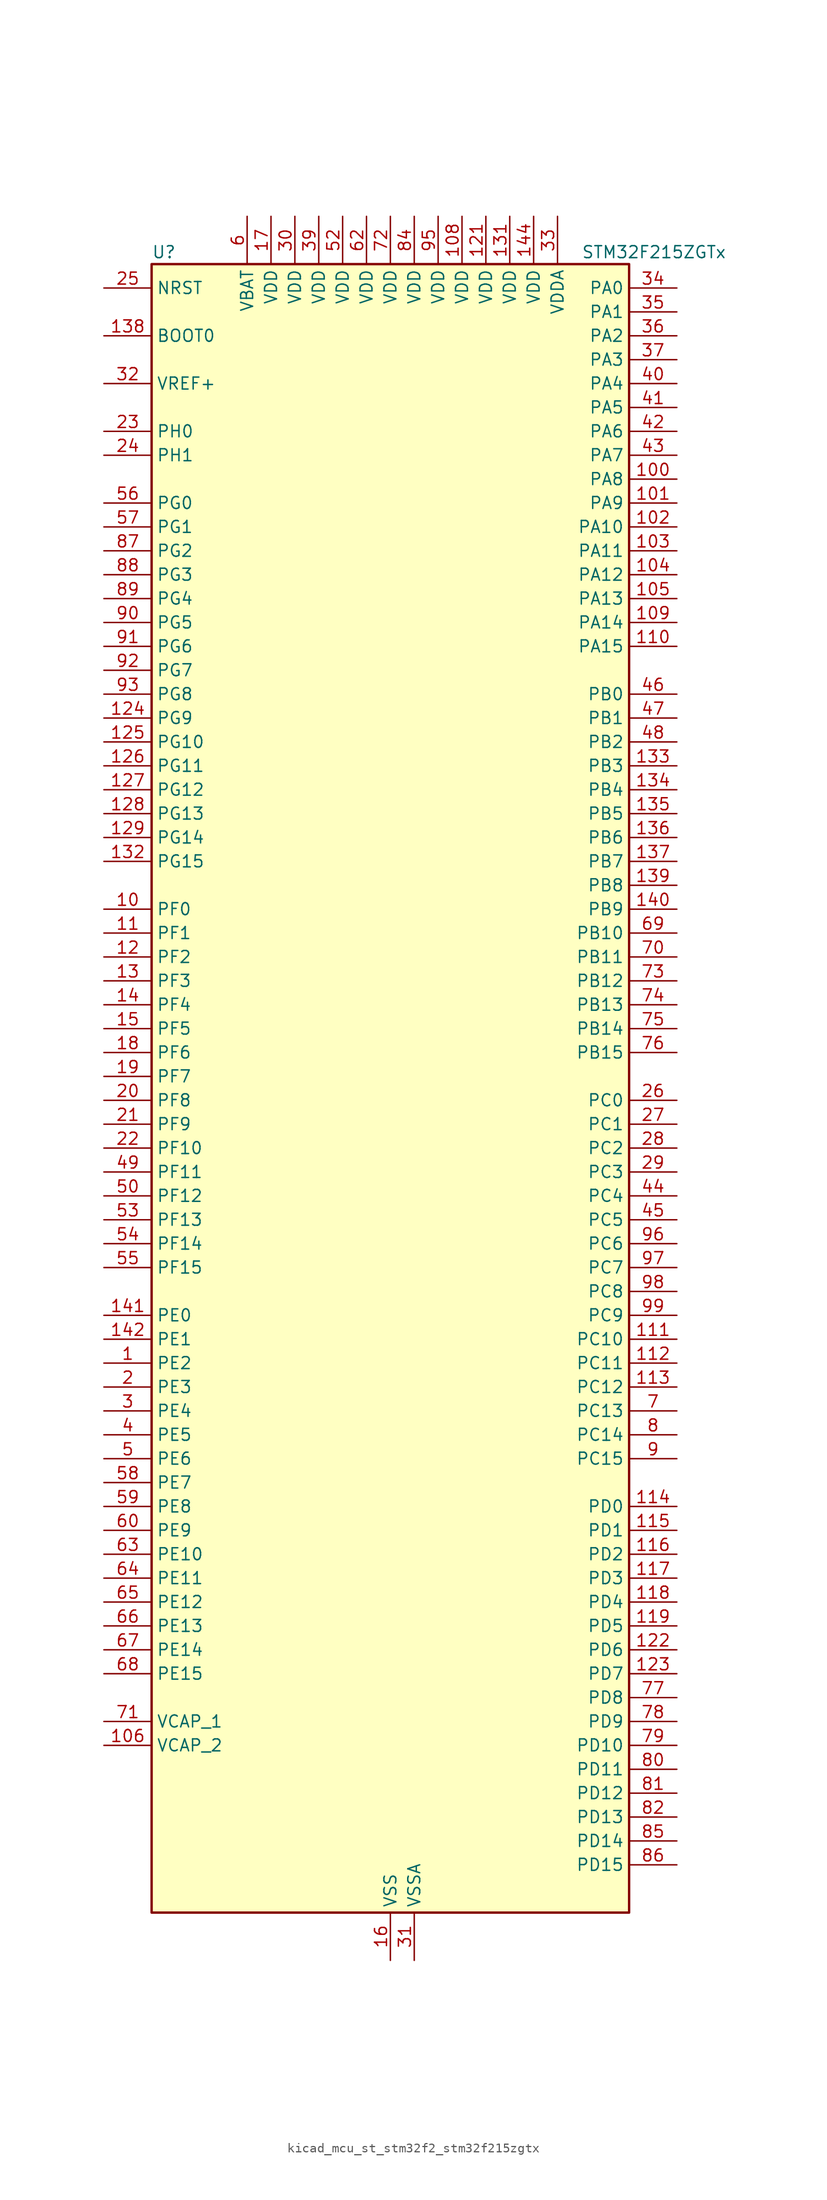
<source format=kicad_sym>
(kicad_symbol_lib
  (version 20220914)
  (generator kicad_symbol_editor)
  (symbol "kicad_mcu_st_stm32f2_stm32f215zgtx"
    (property "Reference" "U"
      (at -25.4 90.17 0)
      (effects (font (size 1.27 1.27)) (justify left)))
    (property "Value" "STM32F215ZGTx"
      (at 20.32 90.17 0)
      (effects (font (size 1.27 1.27)) (justify left)))
    (property "ki_locked" ""
      (at 0 0 0)
      (effects (font (size 1.27 1.27))))
    (symbol "kicad_mcu_st_stm32f2_stm32f215zgtx_0_1"
      (rectangle (start -25.4 -86.36) (end 25.4 88.9) (stroke (width 0.254) (type default)) (fill (type background))))
    (symbol "kicad_mcu_st_stm32f2_stm32f215zgtx_1_1"
      (pin bidirectional line (at -30.48 -27.94 0) (length 5.08) (name "PE2" (effects (font (size 1.27 1.27)))) (number "1" (effects (font (size 1.27 1.27)))) (alternate "FSMC_A23" bidirectional line) (alternate "SYS_TRACECLK" bidirectional line))
      (pin bidirectional line (at -30.48 20.32 0) (length 5.08) (name "PF0" (effects (font (size 1.27 1.27)))) (number "10" (effects (font (size 1.27 1.27)))) (alternate "FSMC_A0" bidirectional line) (alternate "I2C2_SDA" bidirectional line))
      (pin bidirectional line (at 30.48 66.04 180) (length 5.08) (name "PA8" (effects (font (size 1.27 1.27)))) (number "100" (effects (font (size 1.27 1.27)))) (alternate "I2C3_SCL" bidirectional line) (alternate "RCC_MCO_1" bidirectional line) (alternate "TIM1_CH1" bidirectional line) (alternate "USART1_CK" bidirectional line) (alternate "USB_OTG_FS_SOF" bidirectional line))
      (pin bidirectional line (at 30.48 63.5 180) (length 5.08) (name "PA9" (effects (font (size 1.27 1.27)))) (number "101" (effects (font (size 1.27 1.27)))) (alternate "DAC_EXTI9" bidirectional line) (alternate "I2C3_SMBA" bidirectional line) (alternate "TIM1_CH2" bidirectional line) (alternate "USART1_TX" bidirectional line) (alternate "USB_OTG_FS_VBUS" bidirectional line))
      (pin bidirectional line (at 30.48 60.96 180) (length 5.08) (name "PA10" (effects (font (size 1.27 1.27)))) (number "102" (effects (font (size 1.27 1.27)))) (alternate "TIM1_CH3" bidirectional line) (alternate "USART1_RX" bidirectional line) (alternate "USB_OTG_FS_ID" bidirectional line))
      (pin bidirectional line (at 30.48 58.42 180) (length 5.08) (name "PA11" (effects (font (size 1.27 1.27)))) (number "103" (effects (font (size 1.27 1.27)))) (alternate "ADC1_EXTI11" bidirectional line) (alternate "ADC2_EXTI11" bidirectional line) (alternate "ADC3_EXTI11" bidirectional line) (alternate "CAN1_RX" bidirectional line) (alternate "TIM1_CH4" bidirectional line) (alternate "USART1_CTS" bidirectional line) (alternate "USB_OTG_FS_DM" bidirectional line))
      (pin bidirectional line (at 30.48 55.88 180) (length 5.08) (name "PA12" (effects (font (size 1.27 1.27)))) (number "104" (effects (font (size 1.27 1.27)))) (alternate "CAN1_TX" bidirectional line) (alternate "TIM1_ETR" bidirectional line) (alternate "USART1_RTS" bidirectional line) (alternate "USB_OTG_FS_DP" bidirectional line))
      (pin bidirectional line (at 30.48 53.34 180) (length 5.08) (name "PA13" (effects (font (size 1.27 1.27)))) (number "105" (effects (font (size 1.27 1.27)))) (alternate "SYS_JTMS-SWDIO" bidirectional line))
      (pin power_out line (at -30.48 -68.58 0) (length 5.08) (name "VCAP_2" (effects (font (size 1.27 1.27)))) (number "106" (effects (font (size 1.27 1.27)))))
      (pin passive line (at 0 -91.44 90) (length 5.08) hide (name "VSS" (effects (font (size 1.27 1.27)))) (number "107" (effects (font (size 1.27 1.27)))))
      (pin power_in line (at 7.62 93.98 270) (length 5.08) (name "VDD" (effects (font (size 1.27 1.27)))) (number "108" (effects (font (size 1.27 1.27)))))
      (pin bidirectional line (at 30.48 50.8 180) (length 5.08) (name "PA14" (effects (font (size 1.27 1.27)))) (number "109" (effects (font (size 1.27 1.27)))) (alternate "SYS_JTCK-SWCLK" bidirectional line))
      (pin bidirectional line (at -30.48 17.78 0) (length 5.08) (name "PF1" (effects (font (size 1.27 1.27)))) (number "11" (effects (font (size 1.27 1.27)))) (alternate "FSMC_A1" bidirectional line) (alternate "I2C2_SCL" bidirectional line))
      (pin bidirectional line (at 30.48 48.26 180) (length 5.08) (name "PA15" (effects (font (size 1.27 1.27)))) (number "110" (effects (font (size 1.27 1.27)))) (alternate "ADC1_EXTI15" bidirectional line) (alternate "ADC2_EXTI15" bidirectional line) (alternate "ADC3_EXTI15" bidirectional line) (alternate "I2S3_WS" bidirectional line) (alternate "SPI1_NSS" bidirectional line) (alternate "SPI3_NSS" bidirectional line) (alternate "SYS_JTDI" bidirectional line) (alternate "TIM2_CH1" bidirectional line) (alternate "TIM2_ETR" bidirectional line))
      (pin bidirectional line (at 30.48 -25.4 180) (length 5.08) (name "PC10" (effects (font (size 1.27 1.27)))) (number "111" (effects (font (size 1.27 1.27)))) (alternate "I2S3_SCK" bidirectional line) (alternate "SDIO_D2" bidirectional line) (alternate "SPI3_SCK" bidirectional line) (alternate "UART4_TX" bidirectional line) (alternate "USART3_TX" bidirectional line))
      (pin bidirectional line (at 30.48 -27.94 180) (length 5.08) (name "PC11" (effects (font (size 1.27 1.27)))) (number "112" (effects (font (size 1.27 1.27)))) (alternate "ADC1_EXTI11" bidirectional line) (alternate "ADC2_EXTI11" bidirectional line) (alternate "ADC3_EXTI11" bidirectional line) (alternate "SDIO_D3" bidirectional line) (alternate "SPI3_MISO" bidirectional line) (alternate "UART4_RX" bidirectional line) (alternate "USART3_RX" bidirectional line))
      (pin bidirectional line (at 30.48 -30.48 180) (length 5.08) (name "PC12" (effects (font (size 1.27 1.27)))) (number "113" (effects (font (size 1.27 1.27)))) (alternate "I2S3_SD" bidirectional line) (alternate "SDIO_CK" bidirectional line) (alternate "SPI3_MOSI" bidirectional line) (alternate "UART5_TX" bidirectional line) (alternate "USART3_CK" bidirectional line))
      (pin bidirectional line (at 30.48 -43.18 180) (length 5.08) (name "PD0" (effects (font (size 1.27 1.27)))) (number "114" (effects (font (size 1.27 1.27)))) (alternate "CAN1_RX" bidirectional line) (alternate "FSMC_D2" bidirectional line) (alternate "FSMC_DA2" bidirectional line))
      (pin bidirectional line (at 30.48 -45.72 180) (length 5.08) (name "PD1" (effects (font (size 1.27 1.27)))) (number "115" (effects (font (size 1.27 1.27)))) (alternate "CAN1_TX" bidirectional line) (alternate "FSMC_D3" bidirectional line) (alternate "FSMC_DA3" bidirectional line))
      (pin bidirectional line (at 30.48 -48.26 180) (length 5.08) (name "PD2" (effects (font (size 1.27 1.27)))) (number "116" (effects (font (size 1.27 1.27)))) (alternate "SDIO_CMD" bidirectional line) (alternate "TIM3_ETR" bidirectional line) (alternate "UART5_RX" bidirectional line))
      (pin bidirectional line (at 30.48 -50.8 180) (length 5.08) (name "PD3" (effects (font (size 1.27 1.27)))) (number "117" (effects (font (size 1.27 1.27)))) (alternate "FSMC_CLK" bidirectional line) (alternate "USART2_CTS" bidirectional line))
      (pin bidirectional line (at 30.48 -53.34 180) (length 5.08) (name "PD4" (effects (font (size 1.27 1.27)))) (number "118" (effects (font (size 1.27 1.27)))) (alternate "FSMC_NOE" bidirectional line) (alternate "USART2_RTS" bidirectional line))
      (pin bidirectional line (at 30.48 -55.88 180) (length 5.08) (name "PD5" (effects (font (size 1.27 1.27)))) (number "119" (effects (font (size 1.27 1.27)))) (alternate "FSMC_NWE" bidirectional line) (alternate "USART2_TX" bidirectional line))
      (pin bidirectional line (at -30.48 15.24 0) (length 5.08) (name "PF2" (effects (font (size 1.27 1.27)))) (number "12" (effects (font (size 1.27 1.27)))) (alternate "FSMC_A2" bidirectional line) (alternate "I2C2_SMBA" bidirectional line))
      (pin passive line (at 0 -91.44 90) (length 5.08) hide (name "VSS" (effects (font (size 1.27 1.27)))) (number "120" (effects (font (size 1.27 1.27)))))
      (pin power_in line (at 10.16 93.98 270) (length 5.08) (name "VDD" (effects (font (size 1.27 1.27)))) (number "121" (effects (font (size 1.27 1.27)))))
      (pin bidirectional line (at 30.48 -58.42 180) (length 5.08) (name "PD6" (effects (font (size 1.27 1.27)))) (number "122" (effects (font (size 1.27 1.27)))) (alternate "FSMC_NWAIT" bidirectional line) (alternate "USART2_RX" bidirectional line))
      (pin bidirectional line (at 30.48 -60.96 180) (length 5.08) (name "PD7" (effects (font (size 1.27 1.27)))) (number "123" (effects (font (size 1.27 1.27)))) (alternate "FSMC_NCE2" bidirectional line) (alternate "FSMC_NE1" bidirectional line) (alternate "USART2_CK" bidirectional line))
      (pin bidirectional line (at -30.48 40.64 0) (length 5.08) (name "PG9" (effects (font (size 1.27 1.27)))) (number "124" (effects (font (size 1.27 1.27)))) (alternate "DAC_EXTI9" bidirectional line) (alternate "FSMC_NCE3" bidirectional line) (alternate "FSMC_NE2" bidirectional line) (alternate "USART6_RX" bidirectional line))
      (pin bidirectional line (at -30.48 38.1 0) (length 5.08) (name "PG10" (effects (font (size 1.27 1.27)))) (number "125" (effects (font (size 1.27 1.27)))) (alternate "FSMC_NCE4_1" bidirectional line) (alternate "FSMC_NE3" bidirectional line))
      (pin bidirectional line (at -30.48 35.56 0) (length 5.08) (name "PG11" (effects (font (size 1.27 1.27)))) (number "126" (effects (font (size 1.27 1.27)))) (alternate "ADC1_EXTI11" bidirectional line) (alternate "ADC2_EXTI11" bidirectional line) (alternate "ADC3_EXTI11" bidirectional line) (alternate "FSMC_NCE4_2" bidirectional line))
      (pin bidirectional line (at -30.48 33.02 0) (length 5.08) (name "PG12" (effects (font (size 1.27 1.27)))) (number "127" (effects (font (size 1.27 1.27)))) (alternate "FSMC_NE4" bidirectional line) (alternate "USART6_RTS" bidirectional line))
      (pin bidirectional line (at -30.48 30.48 0) (length 5.08) (name "PG13" (effects (font (size 1.27 1.27)))) (number "128" (effects (font (size 1.27 1.27)))) (alternate "FSMC_A24" bidirectional line) (alternate "USART6_CTS" bidirectional line))
      (pin bidirectional line (at -30.48 27.94 0) (length 5.08) (name "PG14" (effects (font (size 1.27 1.27)))) (number "129" (effects (font (size 1.27 1.27)))) (alternate "FSMC_A25" bidirectional line) (alternate "USART6_TX" bidirectional line))
      (pin bidirectional line (at -30.48 12.7 0) (length 5.08) (name "PF3" (effects (font (size 1.27 1.27)))) (number "13" (effects (font (size 1.27 1.27)))) (alternate "ADC3_IN9" bidirectional line) (alternate "FSMC_A3" bidirectional line))
      (pin passive line (at 0 -91.44 90) (length 5.08) hide (name "VSS" (effects (font (size 1.27 1.27)))) (number "130" (effects (font (size 1.27 1.27)))))
      (pin power_in line (at 12.7 93.98 270) (length 5.08) (name "VDD" (effects (font (size 1.27 1.27)))) (number "131" (effects (font (size 1.27 1.27)))))
      (pin bidirectional line (at -30.48 25.4 0) (length 5.08) (name "PG15" (effects (font (size 1.27 1.27)))) (number "132" (effects (font (size 1.27 1.27)))) (alternate "ADC1_EXTI15" bidirectional line) (alternate "ADC2_EXTI15" bidirectional line) (alternate "ADC3_EXTI15" bidirectional line) (alternate "USART6_CTS" bidirectional line))
      (pin bidirectional line (at 30.48 35.56 180) (length 5.08) (name "PB3" (effects (font (size 1.27 1.27)))) (number "133" (effects (font (size 1.27 1.27)))) (alternate "I2S3_SCK" bidirectional line) (alternate "SPI1_SCK" bidirectional line) (alternate "SPI3_SCK" bidirectional line) (alternate "SYS_JTDO-SWO" bidirectional line) (alternate "TIM2_CH2" bidirectional line))
      (pin bidirectional line (at 30.48 33.02 180) (length 5.08) (name "PB4" (effects (font (size 1.27 1.27)))) (number "134" (effects (font (size 1.27 1.27)))) (alternate "SPI1_MISO" bidirectional line) (alternate "SPI3_MISO" bidirectional line) (alternate "SYS_JTRST" bidirectional line) (alternate "TIM3_CH1" bidirectional line))
      (pin bidirectional line (at 30.48 30.48 180) (length 5.08) (name "PB5" (effects (font (size 1.27 1.27)))) (number "135" (effects (font (size 1.27 1.27)))) (alternate "CAN2_RX" bidirectional line) (alternate "I2C1_SMBA" bidirectional line) (alternate "I2S3_SD" bidirectional line) (alternate "SPI1_MOSI" bidirectional line) (alternate "SPI3_MOSI" bidirectional line) (alternate "TIM3_CH2" bidirectional line) (alternate "USB_OTG_HS_ULPI_D7" bidirectional line))
      (pin bidirectional line (at 30.48 27.94 180) (length 5.08) (name "PB6" (effects (font (size 1.27 1.27)))) (number "136" (effects (font (size 1.27 1.27)))) (alternate "CAN2_TX" bidirectional line) (alternate "I2C1_SCL" bidirectional line) (alternate "TIM4_CH1" bidirectional line) (alternate "USART1_TX" bidirectional line))
      (pin bidirectional line (at 30.48 25.4 180) (length 5.08) (name "PB7" (effects (font (size 1.27 1.27)))) (number "137" (effects (font (size 1.27 1.27)))) (alternate "FSMC_NL" bidirectional line) (alternate "I2C1_SDA" bidirectional line) (alternate "TIM4_CH2" bidirectional line) (alternate "USART1_RX" bidirectional line))
      (pin input line (at -30.48 81.28 0) (length 5.08) (name "BOOT0" (effects (font (size 1.27 1.27)))) (number "138" (effects (font (size 1.27 1.27)))))
      (pin bidirectional line (at 30.48 22.86 180) (length 5.08) (name "PB8" (effects (font (size 1.27 1.27)))) (number "139" (effects (font (size 1.27 1.27)))) (alternate "CAN1_RX" bidirectional line) (alternate "I2C1_SCL" bidirectional line) (alternate "SDIO_D4" bidirectional line) (alternate "TIM10_CH1" bidirectional line) (alternate "TIM4_CH3" bidirectional line))
      (pin bidirectional line (at -30.48 10.16 0) (length 5.08) (name "PF4" (effects (font (size 1.27 1.27)))) (number "14" (effects (font (size 1.27 1.27)))) (alternate "ADC3_IN14" bidirectional line) (alternate "FSMC_A4" bidirectional line))
      (pin bidirectional line (at 30.48 20.32 180) (length 5.08) (name "PB9" (effects (font (size 1.27 1.27)))) (number "140" (effects (font (size 1.27 1.27)))) (alternate "CAN1_TX" bidirectional line) (alternate "DAC_EXTI9" bidirectional line) (alternate "I2C1_SDA" bidirectional line) (alternate "I2S2_WS" bidirectional line) (alternate "SDIO_D5" bidirectional line) (alternate "SPI2_NSS" bidirectional line) (alternate "TIM11_CH1" bidirectional line) (alternate "TIM4_CH4" bidirectional line))
      (pin bidirectional line (at -30.48 -22.86 0) (length 5.08) (name "PE0" (effects (font (size 1.27 1.27)))) (number "141" (effects (font (size 1.27 1.27)))) (alternate "FSMC_NBL0" bidirectional line) (alternate "TIM4_ETR" bidirectional line))
      (pin bidirectional line (at -30.48 -25.4 0) (length 5.08) (name "PE1" (effects (font (size 1.27 1.27)))) (number "142" (effects (font (size 1.27 1.27)))) (alternate "FSMC_NBL1" bidirectional line))
      (pin no_connect line (at -25.4 -86.36 0) (length 5.08) hide (name "RFU" (effects (font (size 1.27 1.27)))) (number "143" (effects (font (size 1.27 1.27)))))
      (pin power_in line (at 15.24 93.98 270) (length 5.08) (name "VDD" (effects (font (size 1.27 1.27)))) (number "144" (effects (font (size 1.27 1.27)))))
      (pin bidirectional line (at -30.48 7.62 0) (length 5.08) (name "PF5" (effects (font (size 1.27 1.27)))) (number "15" (effects (font (size 1.27 1.27)))) (alternate "ADC3_IN15" bidirectional line) (alternate "FSMC_A5" bidirectional line))
      (pin power_in line (at 0 -91.44 90) (length 5.08) (name "VSS" (effects (font (size 1.27 1.27)))) (number "16" (effects (font (size 1.27 1.27)))))
      (pin power_in line (at -12.7 93.98 270) (length 5.08) (name "VDD" (effects (font (size 1.27 1.27)))) (number "17" (effects (font (size 1.27 1.27)))))
      (pin bidirectional line (at -30.48 5.08 0) (length 5.08) (name "PF6" (effects (font (size 1.27 1.27)))) (number "18" (effects (font (size 1.27 1.27)))) (alternate "ADC3_IN4" bidirectional line) (alternate "FSMC_NIORD" bidirectional line) (alternate "TIM10_CH1" bidirectional line))
      (pin bidirectional line (at -30.48 2.54 0) (length 5.08) (name "PF7" (effects (font (size 1.27 1.27)))) (number "19" (effects (font (size 1.27 1.27)))) (alternate "ADC3_IN5" bidirectional line) (alternate "FSMC_NREG" bidirectional line) (alternate "TIM11_CH1" bidirectional line))
      (pin bidirectional line (at -30.48 -30.48 0) (length 5.08) (name "PE3" (effects (font (size 1.27 1.27)))) (number "2" (effects (font (size 1.27 1.27)))) (alternate "FSMC_A19" bidirectional line) (alternate "SYS_TRACED0" bidirectional line))
      (pin bidirectional line (at -30.48 0 0) (length 5.08) (name "PF8" (effects (font (size 1.27 1.27)))) (number "20" (effects (font (size 1.27 1.27)))) (alternate "ADC3_IN6" bidirectional line) (alternate "FSMC_NIOWR" bidirectional line) (alternate "TIM13_CH1" bidirectional line))
      (pin bidirectional line (at -30.48 -2.54 0) (length 5.08) (name "PF9" (effects (font (size 1.27 1.27)))) (number "21" (effects (font (size 1.27 1.27)))) (alternate "ADC3_IN7" bidirectional line) (alternate "DAC_EXTI9" bidirectional line) (alternate "FSMC_CD" bidirectional line) (alternate "TIM14_CH1" bidirectional line))
      (pin bidirectional line (at -30.48 -5.08 0) (length 5.08) (name "PF10" (effects (font (size 1.27 1.27)))) (number "22" (effects (font (size 1.27 1.27)))) (alternate "ADC3_IN8" bidirectional line) (alternate "FSMC_INTR" bidirectional line))
      (pin bidirectional line (at -30.48 71.12 0) (length 5.08) (name "PH0" (effects (font (size 1.27 1.27)))) (number "23" (effects (font (size 1.27 1.27)))) (alternate "RCC_OSC_IN" bidirectional line))
      (pin bidirectional line (at -30.48 68.58 0) (length 5.08) (name "PH1" (effects (font (size 1.27 1.27)))) (number "24" (effects (font (size 1.27 1.27)))) (alternate "RCC_OSC_OUT" bidirectional line))
      (pin input line (at -30.48 86.36 0) (length 5.08) (name "NRST" (effects (font (size 1.27 1.27)))) (number "25" (effects (font (size 1.27 1.27)))))
      (pin bidirectional line (at 30.48 0 180) (length 5.08) (name "PC0" (effects (font (size 1.27 1.27)))) (number "26" (effects (font (size 1.27 1.27)))) (alternate "ADC1_IN10" bidirectional line) (alternate "ADC2_IN10" bidirectional line) (alternate "ADC3_IN10" bidirectional line) (alternate "USB_OTG_HS_ULPI_STP" bidirectional line))
      (pin bidirectional line (at 30.48 -2.54 180) (length 5.08) (name "PC1" (effects (font (size 1.27 1.27)))) (number "27" (effects (font (size 1.27 1.27)))) (alternate "ADC1_IN11" bidirectional line) (alternate "ADC2_IN11" bidirectional line) (alternate "ADC3_IN11" bidirectional line))
      (pin bidirectional line (at 30.48 -5.08 180) (length 5.08) (name "PC2" (effects (font (size 1.27 1.27)))) (number "28" (effects (font (size 1.27 1.27)))) (alternate "ADC1_IN12" bidirectional line) (alternate "ADC2_IN12" bidirectional line) (alternate "ADC3_IN12" bidirectional line) (alternate "SPI2_MISO" bidirectional line) (alternate "USB_OTG_HS_ULPI_DIR" bidirectional line))
      (pin bidirectional line (at 30.48 -7.62 180) (length 5.08) (name "PC3" (effects (font (size 1.27 1.27)))) (number "29" (effects (font (size 1.27 1.27)))) (alternate "ADC1_IN13" bidirectional line) (alternate "ADC2_IN13" bidirectional line) (alternate "ADC3_IN13" bidirectional line) (alternate "I2S2_SD" bidirectional line) (alternate "SPI2_MOSI" bidirectional line) (alternate "USB_OTG_HS_ULPI_NXT" bidirectional line))
      (pin bidirectional line (at -30.48 -33.02 0) (length 5.08) (name "PE4" (effects (font (size 1.27 1.27)))) (number "3" (effects (font (size 1.27 1.27)))) (alternate "FSMC_A20" bidirectional line) (alternate "SYS_TRACED1" bidirectional line))
      (pin power_in line (at -10.16 93.98 270) (length 5.08) (name "VDD" (effects (font (size 1.27 1.27)))) (number "30" (effects (font (size 1.27 1.27)))))
      (pin power_in line (at 2.54 -91.44 90) (length 5.08) (name "VSSA" (effects (font (size 1.27 1.27)))) (number "31" (effects (font (size 1.27 1.27)))))
      (pin input line (at -30.48 76.2 0) (length 5.08) (name "VREF+" (effects (font (size 1.27 1.27)))) (number "32" (effects (font (size 1.27 1.27)))))
      (pin power_in line (at 17.78 93.98 270) (length 5.08) (name "VDDA" (effects (font (size 1.27 1.27)))) (number "33" (effects (font (size 1.27 1.27)))))
      (pin bidirectional line (at 30.48 86.36 180) (length 5.08) (name "PA0" (effects (font (size 1.27 1.27)))) (number "34" (effects (font (size 1.27 1.27)))) (alternate "ADC1_IN0" bidirectional line) (alternate "ADC2_IN0" bidirectional line) (alternate "ADC3_IN0" bidirectional line) (alternate "SYS_WKUP" bidirectional line) (alternate "TIM2_CH1" bidirectional line) (alternate "TIM2_ETR" bidirectional line) (alternate "TIM5_CH1" bidirectional line) (alternate "TIM8_ETR" bidirectional line) (alternate "UART4_TX" bidirectional line) (alternate "USART2_CTS" bidirectional line))
      (pin bidirectional line (at 30.48 83.82 180) (length 5.08) (name "PA1" (effects (font (size 1.27 1.27)))) (number "35" (effects (font (size 1.27 1.27)))) (alternate "ADC1_IN1" bidirectional line) (alternate "ADC2_IN1" bidirectional line) (alternate "ADC3_IN1" bidirectional line) (alternate "TIM2_CH2" bidirectional line) (alternate "TIM5_CH2" bidirectional line) (alternate "UART4_RX" bidirectional line) (alternate "USART2_RTS" bidirectional line))
      (pin bidirectional line (at 30.48 81.28 180) (length 5.08) (name "PA2" (effects (font (size 1.27 1.27)))) (number "36" (effects (font (size 1.27 1.27)))) (alternate "ADC1_IN2" bidirectional line) (alternate "ADC2_IN2" bidirectional line) (alternate "ADC3_IN2" bidirectional line) (alternate "TIM2_CH3" bidirectional line) (alternate "TIM5_CH3" bidirectional line) (alternate "TIM9_CH1" bidirectional line) (alternate "USART2_TX" bidirectional line))
      (pin bidirectional line (at 30.48 78.74 180) (length 5.08) (name "PA3" (effects (font (size 1.27 1.27)))) (number "37" (effects (font (size 1.27 1.27)))) (alternate "ADC1_IN3" bidirectional line) (alternate "ADC2_IN3" bidirectional line) (alternate "ADC3_IN3" bidirectional line) (alternate "TIM2_CH4" bidirectional line) (alternate "TIM5_CH4" bidirectional line) (alternate "TIM9_CH2" bidirectional line) (alternate "USART2_RX" bidirectional line) (alternate "USB_OTG_HS_ULPI_D0" bidirectional line))
      (pin passive line (at 0 -91.44 90) (length 5.08) hide (name "VSS" (effects (font (size 1.27 1.27)))) (number "38" (effects (font (size 1.27 1.27)))))
      (pin power_in line (at -7.62 93.98 270) (length 5.08) (name "VDD" (effects (font (size 1.27 1.27)))) (number "39" (effects (font (size 1.27 1.27)))))
      (pin bidirectional line (at -30.48 -35.56 0) (length 5.08) (name "PE5" (effects (font (size 1.27 1.27)))) (number "4" (effects (font (size 1.27 1.27)))) (alternate "FSMC_A21" bidirectional line) (alternate "SYS_TRACED2" bidirectional line) (alternate "TIM9_CH1" bidirectional line))
      (pin bidirectional line (at 30.48 76.2 180) (length 5.08) (name "PA4" (effects (font (size 1.27 1.27)))) (number "40" (effects (font (size 1.27 1.27)))) (alternate "ADC1_IN4" bidirectional line) (alternate "ADC2_IN4" bidirectional line) (alternate "DAC_OUT1" bidirectional line) (alternate "I2S3_WS" bidirectional line) (alternate "SPI1_NSS" bidirectional line) (alternate "SPI3_NSS" bidirectional line) (alternate "USART2_CK" bidirectional line) (alternate "USB_OTG_HS_SOF" bidirectional line))
      (pin bidirectional line (at 30.48 73.66 180) (length 5.08) (name "PA5" (effects (font (size 1.27 1.27)))) (number "41" (effects (font (size 1.27 1.27)))) (alternate "ADC1_IN5" bidirectional line) (alternate "ADC2_IN5" bidirectional line) (alternate "DAC_OUT2" bidirectional line) (alternate "SPI1_SCK" bidirectional line) (alternate "TIM2_CH1" bidirectional line) (alternate "TIM2_ETR" bidirectional line) (alternate "TIM8_CH1N" bidirectional line) (alternate "USB_OTG_HS_ULPI_CK" bidirectional line))
      (pin bidirectional line (at 30.48 71.12 180) (length 5.08) (name "PA6" (effects (font (size 1.27 1.27)))) (number "42" (effects (font (size 1.27 1.27)))) (alternate "ADC1_IN6" bidirectional line) (alternate "ADC2_IN6" bidirectional line) (alternate "SPI1_MISO" bidirectional line) (alternate "TIM13_CH1" bidirectional line) (alternate "TIM1_BKIN" bidirectional line) (alternate "TIM3_CH1" bidirectional line) (alternate "TIM8_BKIN" bidirectional line))
      (pin bidirectional line (at 30.48 68.58 180) (length 5.08) (name "PA7" (effects (font (size 1.27 1.27)))) (number "43" (effects (font (size 1.27 1.27)))) (alternate "ADC1_IN7" bidirectional line) (alternate "ADC2_IN7" bidirectional line) (alternate "SPI1_MOSI" bidirectional line) (alternate "TIM14_CH1" bidirectional line) (alternate "TIM1_CH1N" bidirectional line) (alternate "TIM3_CH2" bidirectional line) (alternate "TIM8_CH1N" bidirectional line))
      (pin bidirectional line (at 30.48 -10.16 180) (length 5.08) (name "PC4" (effects (font (size 1.27 1.27)))) (number "44" (effects (font (size 1.27 1.27)))) (alternate "ADC1_IN14" bidirectional line) (alternate "ADC2_IN14" bidirectional line))
      (pin bidirectional line (at 30.48 -12.7 180) (length 5.08) (name "PC5" (effects (font (size 1.27 1.27)))) (number "45" (effects (font (size 1.27 1.27)))) (alternate "ADC1_IN15" bidirectional line) (alternate "ADC2_IN15" bidirectional line))
      (pin bidirectional line (at 30.48 43.18 180) (length 5.08) (name "PB0" (effects (font (size 1.27 1.27)))) (number "46" (effects (font (size 1.27 1.27)))) (alternate "ADC1_IN8" bidirectional line) (alternate "ADC2_IN8" bidirectional line) (alternate "TIM1_CH2N" bidirectional line) (alternate "TIM3_CH3" bidirectional line) (alternate "TIM8_CH2N" bidirectional line) (alternate "USB_OTG_HS_ULPI_D1" bidirectional line))
      (pin bidirectional line (at 30.48 40.64 180) (length 5.08) (name "PB1" (effects (font (size 1.27 1.27)))) (number "47" (effects (font (size 1.27 1.27)))) (alternate "ADC1_IN9" bidirectional line) (alternate "ADC2_IN9" bidirectional line) (alternate "TIM1_CH3N" bidirectional line) (alternate "TIM3_CH4" bidirectional line) (alternate "TIM8_CH3N" bidirectional line) (alternate "USB_OTG_HS_ULPI_D2" bidirectional line))
      (pin bidirectional line (at 30.48 38.1 180) (length 5.08) (name "PB2" (effects (font (size 1.27 1.27)))) (number "48" (effects (font (size 1.27 1.27)))))
      (pin bidirectional line (at -30.48 -7.62 0) (length 5.08) (name "PF11" (effects (font (size 1.27 1.27)))) (number "49" (effects (font (size 1.27 1.27)))) (alternate "ADC1_EXTI11" bidirectional line) (alternate "ADC2_EXTI11" bidirectional line) (alternate "ADC3_EXTI11" bidirectional line))
      (pin bidirectional line (at -30.48 -38.1 0) (length 5.08) (name "PE6" (effects (font (size 1.27 1.27)))) (number "5" (effects (font (size 1.27 1.27)))) (alternate "FSMC_A22" bidirectional line) (alternate "SYS_TRACED3" bidirectional line) (alternate "TIM9_CH2" bidirectional line))
      (pin bidirectional line (at -30.48 -10.16 0) (length 5.08) (name "PF12" (effects (font (size 1.27 1.27)))) (number "50" (effects (font (size 1.27 1.27)))) (alternate "FSMC_A6" bidirectional line))
      (pin passive line (at 0 -91.44 90) (length 5.08) hide (name "VSS" (effects (font (size 1.27 1.27)))) (number "51" (effects (font (size 1.27 1.27)))))
      (pin power_in line (at -5.08 93.98 270) (length 5.08) (name "VDD" (effects (font (size 1.27 1.27)))) (number "52" (effects (font (size 1.27 1.27)))))
      (pin bidirectional line (at -30.48 -12.7 0) (length 5.08) (name "PF13" (effects (font (size 1.27 1.27)))) (number "53" (effects (font (size 1.27 1.27)))) (alternate "FSMC_A7" bidirectional line))
      (pin bidirectional line (at -30.48 -15.24 0) (length 5.08) (name "PF14" (effects (font (size 1.27 1.27)))) (number "54" (effects (font (size 1.27 1.27)))) (alternate "FSMC_A8" bidirectional line))
      (pin bidirectional line (at -30.48 -17.78 0) (length 5.08) (name "PF15" (effects (font (size 1.27 1.27)))) (number "55" (effects (font (size 1.27 1.27)))) (alternate "ADC1_EXTI15" bidirectional line) (alternate "ADC2_EXTI15" bidirectional line) (alternate "ADC3_EXTI15" bidirectional line) (alternate "FSMC_A9" bidirectional line))
      (pin bidirectional line (at -30.48 63.5 0) (length 5.08) (name "PG0" (effects (font (size 1.27 1.27)))) (number "56" (effects (font (size 1.27 1.27)))) (alternate "FSMC_A10" bidirectional line))
      (pin bidirectional line (at -30.48 60.96 0) (length 5.08) (name "PG1" (effects (font (size 1.27 1.27)))) (number "57" (effects (font (size 1.27 1.27)))) (alternate "FSMC_A11" bidirectional line))
      (pin bidirectional line (at -30.48 -40.64 0) (length 5.08) (name "PE7" (effects (font (size 1.27 1.27)))) (number "58" (effects (font (size 1.27 1.27)))) (alternate "FSMC_D4" bidirectional line) (alternate "FSMC_DA4" bidirectional line) (alternate "TIM1_ETR" bidirectional line))
      (pin bidirectional line (at -30.48 -43.18 0) (length 5.08) (name "PE8" (effects (font (size 1.27 1.27)))) (number "59" (effects (font (size 1.27 1.27)))) (alternate "FSMC_D5" bidirectional line) (alternate "FSMC_DA5" bidirectional line) (alternate "TIM1_CH1N" bidirectional line))
      (pin power_in line (at -15.24 93.98 270) (length 5.08) (name "VBAT" (effects (font (size 1.27 1.27)))) (number "6" (effects (font (size 1.27 1.27)))))
      (pin bidirectional line (at -30.48 -45.72 0) (length 5.08) (name "PE9" (effects (font (size 1.27 1.27)))) (number "60" (effects (font (size 1.27 1.27)))) (alternate "DAC_EXTI9" bidirectional line) (alternate "FSMC_D6" bidirectional line) (alternate "FSMC_DA6" bidirectional line) (alternate "TIM1_CH1" bidirectional line))
      (pin passive line (at 0 -91.44 90) (length 5.08) hide (name "VSS" (effects (font (size 1.27 1.27)))) (number "61" (effects (font (size 1.27 1.27)))))
      (pin power_in line (at -2.54 93.98 270) (length 5.08) (name "VDD" (effects (font (size 1.27 1.27)))) (number "62" (effects (font (size 1.27 1.27)))))
      (pin bidirectional line (at -30.48 -48.26 0) (length 5.08) (name "PE10" (effects (font (size 1.27 1.27)))) (number "63" (effects (font (size 1.27 1.27)))) (alternate "FSMC_D7" bidirectional line) (alternate "FSMC_DA7" bidirectional line) (alternate "TIM1_CH2N" bidirectional line))
      (pin bidirectional line (at -30.48 -50.8 0) (length 5.08) (name "PE11" (effects (font (size 1.27 1.27)))) (number "64" (effects (font (size 1.27 1.27)))) (alternate "ADC1_EXTI11" bidirectional line) (alternate "ADC2_EXTI11" bidirectional line) (alternate "ADC3_EXTI11" bidirectional line) (alternate "FSMC_D8" bidirectional line) (alternate "FSMC_DA8" bidirectional line) (alternate "TIM1_CH2" bidirectional line))
      (pin bidirectional line (at -30.48 -53.34 0) (length 5.08) (name "PE12" (effects (font (size 1.27 1.27)))) (number "65" (effects (font (size 1.27 1.27)))) (alternate "FSMC_D9" bidirectional line) (alternate "FSMC_DA9" bidirectional line) (alternate "TIM1_CH3N" bidirectional line))
      (pin bidirectional line (at -30.48 -55.88 0) (length 5.08) (name "PE13" (effects (font (size 1.27 1.27)))) (number "66" (effects (font (size 1.27 1.27)))) (alternate "FSMC_D10" bidirectional line) (alternate "FSMC_DA10" bidirectional line) (alternate "TIM1_CH3" bidirectional line))
      (pin bidirectional line (at -30.48 -58.42 0) (length 5.08) (name "PE14" (effects (font (size 1.27 1.27)))) (number "67" (effects (font (size 1.27 1.27)))) (alternate "FSMC_D11" bidirectional line) (alternate "FSMC_DA11" bidirectional line) (alternate "TIM1_CH4" bidirectional line))
      (pin bidirectional line (at -30.48 -60.96 0) (length 5.08) (name "PE15" (effects (font (size 1.27 1.27)))) (number "68" (effects (font (size 1.27 1.27)))) (alternate "ADC1_EXTI15" bidirectional line) (alternate "ADC2_EXTI15" bidirectional line) (alternate "ADC3_EXTI15" bidirectional line) (alternate "FSMC_D12" bidirectional line) (alternate "FSMC_DA12" bidirectional line) (alternate "TIM1_BKIN" bidirectional line))
      (pin bidirectional line (at 30.48 17.78 180) (length 5.08) (name "PB10" (effects (font (size 1.27 1.27)))) (number "69" (effects (font (size 1.27 1.27)))) (alternate "I2C2_SCL" bidirectional line) (alternate "I2S2_SCK" bidirectional line) (alternate "SPI2_SCK" bidirectional line) (alternate "TIM2_CH3" bidirectional line) (alternate "USART3_TX" bidirectional line) (alternate "USB_OTG_HS_ULPI_D3" bidirectional line))
      (pin bidirectional line (at 30.48 -33.02 180) (length 5.08) (name "PC13" (effects (font (size 1.27 1.27)))) (number "7" (effects (font (size 1.27 1.27)))) (alternate "RTC_AF1" bidirectional line))
      (pin bidirectional line (at 30.48 15.24 180) (length 5.08) (name "PB11" (effects (font (size 1.27 1.27)))) (number "70" (effects (font (size 1.27 1.27)))) (alternate "ADC1_EXTI11" bidirectional line) (alternate "ADC2_EXTI11" bidirectional line) (alternate "ADC3_EXTI11" bidirectional line) (alternate "I2C2_SDA" bidirectional line) (alternate "TIM2_CH4" bidirectional line) (alternate "USART3_RX" bidirectional line) (alternate "USB_OTG_HS_ULPI_D4" bidirectional line))
      (pin power_out line (at -30.48 -66.04 0) (length 5.08) (name "VCAP_1" (effects (font (size 1.27 1.27)))) (number "71" (effects (font (size 1.27 1.27)))))
      (pin power_in line (at 0 93.98 270) (length 5.08) (name "VDD" (effects (font (size 1.27 1.27)))) (number "72" (effects (font (size 1.27 1.27)))))
      (pin bidirectional line (at 30.48 12.7 180) (length 5.08) (name "PB12" (effects (font (size 1.27 1.27)))) (number "73" (effects (font (size 1.27 1.27)))) (alternate "CAN2_RX" bidirectional line) (alternate "I2C2_SMBA" bidirectional line) (alternate "I2S2_WS" bidirectional line) (alternate "SPI2_NSS" bidirectional line) (alternate "TIM1_BKIN" bidirectional line) (alternate "USART3_CK" bidirectional line) (alternate "USB_OTG_HS_ID" bidirectional line) (alternate "USB_OTG_HS_ULPI_D5" bidirectional line))
      (pin bidirectional line (at 30.48 10.16 180) (length 5.08) (name "PB13" (effects (font (size 1.27 1.27)))) (number "74" (effects (font (size 1.27 1.27)))) (alternate "CAN2_TX" bidirectional line) (alternate "I2S2_SCK" bidirectional line) (alternate "SPI2_SCK" bidirectional line) (alternate "TIM1_CH1N" bidirectional line) (alternate "USART3_CTS" bidirectional line) (alternate "USB_OTG_HS_ULPI_D6" bidirectional line) (alternate "USB_OTG_HS_VBUS" bidirectional line))
      (pin bidirectional line (at 30.48 7.62 180) (length 5.08) (name "PB14" (effects (font (size 1.27 1.27)))) (number "75" (effects (font (size 1.27 1.27)))) (alternate "SPI2_MISO" bidirectional line) (alternate "TIM12_CH1" bidirectional line) (alternate "TIM1_CH2N" bidirectional line) (alternate "TIM8_CH2N" bidirectional line) (alternate "USART3_RTS" bidirectional line) (alternate "USB_OTG_HS_DM" bidirectional line))
      (pin bidirectional line (at 30.48 5.08 180) (length 5.08) (name "PB15" (effects (font (size 1.27 1.27)))) (number "76" (effects (font (size 1.27 1.27)))) (alternate "ADC1_EXTI15" bidirectional line) (alternate "ADC2_EXTI15" bidirectional line) (alternate "ADC3_EXTI15" bidirectional line) (alternate "I2S2_SD" bidirectional line) (alternate "RTC_REFIN" bidirectional line) (alternate "SPI2_MOSI" bidirectional line) (alternate "TIM12_CH2" bidirectional line) (alternate "TIM1_CH3N" bidirectional line) (alternate "TIM8_CH3N" bidirectional line) (alternate "USB_OTG_HS_DP" bidirectional line))
      (pin bidirectional line (at 30.48 -63.5 180) (length 5.08) (name "PD8" (effects (font (size 1.27 1.27)))) (number "77" (effects (font (size 1.27 1.27)))) (alternate "FSMC_D13" bidirectional line) (alternate "FSMC_DA13" bidirectional line) (alternate "USART3_TX" bidirectional line))
      (pin bidirectional line (at 30.48 -66.04 180) (length 5.08) (name "PD9" (effects (font (size 1.27 1.27)))) (number "78" (effects (font (size 1.27 1.27)))) (alternate "DAC_EXTI9" bidirectional line) (alternate "FSMC_D14" bidirectional line) (alternate "FSMC_DA14" bidirectional line) (alternate "USART3_RX" bidirectional line))
      (pin bidirectional line (at 30.48 -68.58 180) (length 5.08) (name "PD10" (effects (font (size 1.27 1.27)))) (number "79" (effects (font (size 1.27 1.27)))) (alternate "FSMC_D15" bidirectional line) (alternate "FSMC_DA15" bidirectional line) (alternate "USART3_CK" bidirectional line))
      (pin bidirectional line (at 30.48 -35.56 180) (length 5.08) (name "PC14" (effects (font (size 1.27 1.27)))) (number "8" (effects (font (size 1.27 1.27)))) (alternate "RCC_OSC32_IN" bidirectional line))
      (pin bidirectional line (at 30.48 -71.12 180) (length 5.08) (name "PD11" (effects (font (size 1.27 1.27)))) (number "80" (effects (font (size 1.27 1.27)))) (alternate "ADC1_EXTI11" bidirectional line) (alternate "ADC2_EXTI11" bidirectional line) (alternate "ADC3_EXTI11" bidirectional line) (alternate "FSMC_A16" bidirectional line) (alternate "FSMC_CLE" bidirectional line) (alternate "USART3_CTS" bidirectional line))
      (pin bidirectional line (at 30.48 -73.66 180) (length 5.08) (name "PD12" (effects (font (size 1.27 1.27)))) (number "81" (effects (font (size 1.27 1.27)))) (alternate "FSMC_A17" bidirectional line) (alternate "FSMC_ALE" bidirectional line) (alternate "TIM4_CH1" bidirectional line) (alternate "USART3_RTS" bidirectional line))
      (pin bidirectional line (at 30.48 -76.2 180) (length 5.08) (name "PD13" (effects (font (size 1.27 1.27)))) (number "82" (effects (font (size 1.27 1.27)))) (alternate "FSMC_A18" bidirectional line) (alternate "TIM4_CH2" bidirectional line))
      (pin passive line (at 0 -91.44 90) (length 5.08) hide (name "VSS" (effects (font (size 1.27 1.27)))) (number "83" (effects (font (size 1.27 1.27)))))
      (pin power_in line (at 2.54 93.98 270) (length 5.08) (name "VDD" (effects (font (size 1.27 1.27)))) (number "84" (effects (font (size 1.27 1.27)))))
      (pin bidirectional line (at 30.48 -78.74 180) (length 5.08) (name "PD14" (effects (font (size 1.27 1.27)))) (number "85" (effects (font (size 1.27 1.27)))) (alternate "FSMC_D0" bidirectional line) (alternate "FSMC_DA0" bidirectional line) (alternate "TIM4_CH3" bidirectional line))
      (pin bidirectional line (at 30.48 -81.28 180) (length 5.08) (name "PD15" (effects (font (size 1.27 1.27)))) (number "86" (effects (font (size 1.27 1.27)))) (alternate "ADC1_EXTI15" bidirectional line) (alternate "ADC2_EXTI15" bidirectional line) (alternate "ADC3_EXTI15" bidirectional line) (alternate "FSMC_D1" bidirectional line) (alternate "FSMC_DA1" bidirectional line) (alternate "TIM4_CH4" bidirectional line))
      (pin bidirectional line (at -30.48 58.42 0) (length 5.08) (name "PG2" (effects (font (size 1.27 1.27)))) (number "87" (effects (font (size 1.27 1.27)))) (alternate "FSMC_A12" bidirectional line))
      (pin bidirectional line (at -30.48 55.88 0) (length 5.08) (name "PG3" (effects (font (size 1.27 1.27)))) (number "88" (effects (font (size 1.27 1.27)))) (alternate "FSMC_A13" bidirectional line))
      (pin bidirectional line (at -30.48 53.34 0) (length 5.08) (name "PG4" (effects (font (size 1.27 1.27)))) (number "89" (effects (font (size 1.27 1.27)))) (alternate "FSMC_A14" bidirectional line))
      (pin bidirectional line (at 30.48 -38.1 180) (length 5.08) (name "PC15" (effects (font (size 1.27 1.27)))) (number "9" (effects (font (size 1.27 1.27)))) (alternate "ADC1_EXTI15" bidirectional line) (alternate "ADC2_EXTI15" bidirectional line) (alternate "ADC3_EXTI15" bidirectional line) (alternate "RCC_OSC32_OUT" bidirectional line))
      (pin bidirectional line (at -30.48 50.8 0) (length 5.08) (name "PG5" (effects (font (size 1.27 1.27)))) (number "90" (effects (font (size 1.27 1.27)))) (alternate "FSMC_A15" bidirectional line))
      (pin bidirectional line (at -30.48 48.26 0) (length 5.08) (name "PG6" (effects (font (size 1.27 1.27)))) (number "91" (effects (font (size 1.27 1.27)))) (alternate "FSMC_INT2" bidirectional line))
      (pin bidirectional line (at -30.48 45.72 0) (length 5.08) (name "PG7" (effects (font (size 1.27 1.27)))) (number "92" (effects (font (size 1.27 1.27)))) (alternate "FSMC_INT3" bidirectional line) (alternate "USART6_CK" bidirectional line))
      (pin bidirectional line (at -30.48 43.18 0) (length 5.08) (name "PG8" (effects (font (size 1.27 1.27)))) (number "93" (effects (font (size 1.27 1.27)))) (alternate "USART6_RTS" bidirectional line))
      (pin passive line (at 0 -91.44 90) (length 5.08) hide (name "VSS" (effects (font (size 1.27 1.27)))) (number "94" (effects (font (size 1.27 1.27)))))
      (pin power_in line (at 5.08 93.98 270) (length 5.08) (name "VDD" (effects (font (size 1.27 1.27)))) (number "95" (effects (font (size 1.27 1.27)))))
      (pin bidirectional line (at 30.48 -15.24 180) (length 5.08) (name "PC6" (effects (font (size 1.27 1.27)))) (number "96" (effects (font (size 1.27 1.27)))) (alternate "I2S2_MCK" bidirectional line) (alternate "SDIO_D6" bidirectional line) (alternate "TIM3_CH1" bidirectional line) (alternate "TIM8_CH1" bidirectional line) (alternate "USART6_TX" bidirectional line))
      (pin bidirectional line (at 30.48 -17.78 180) (length 5.08) (name "PC7" (effects (font (size 1.27 1.27)))) (number "97" (effects (font (size 1.27 1.27)))) (alternate "I2S3_MCK" bidirectional line) (alternate "SDIO_D7" bidirectional line) (alternate "TIM3_CH2" bidirectional line) (alternate "TIM8_CH2" bidirectional line) (alternate "USART6_RX" bidirectional line))
      (pin bidirectional line (at 30.48 -20.32 180) (length 5.08) (name "PC8" (effects (font (size 1.27 1.27)))) (number "98" (effects (font (size 1.27 1.27)))) (alternate "SDIO_D0" bidirectional line) (alternate "TIM3_CH3" bidirectional line) (alternate "TIM8_CH3" bidirectional line) (alternate "USART6_CK" bidirectional line))
      (pin bidirectional line (at 30.48 -22.86 180) (length 5.08) (name "PC9" (effects (font (size 1.27 1.27)))) (number "99" (effects (font (size 1.27 1.27)))) (alternate "DAC_EXTI9" bidirectional line) (alternate "I2C3_SDA" bidirectional line) (alternate "I2S_CKIN" bidirectional line) (alternate "RCC_MCO_2" bidirectional line) (alternate "SDIO_D1" bidirectional line) (alternate "TIM3_CH4" bidirectional line) (alternate "TIM8_CH4" bidirectional line)))))
</source>
